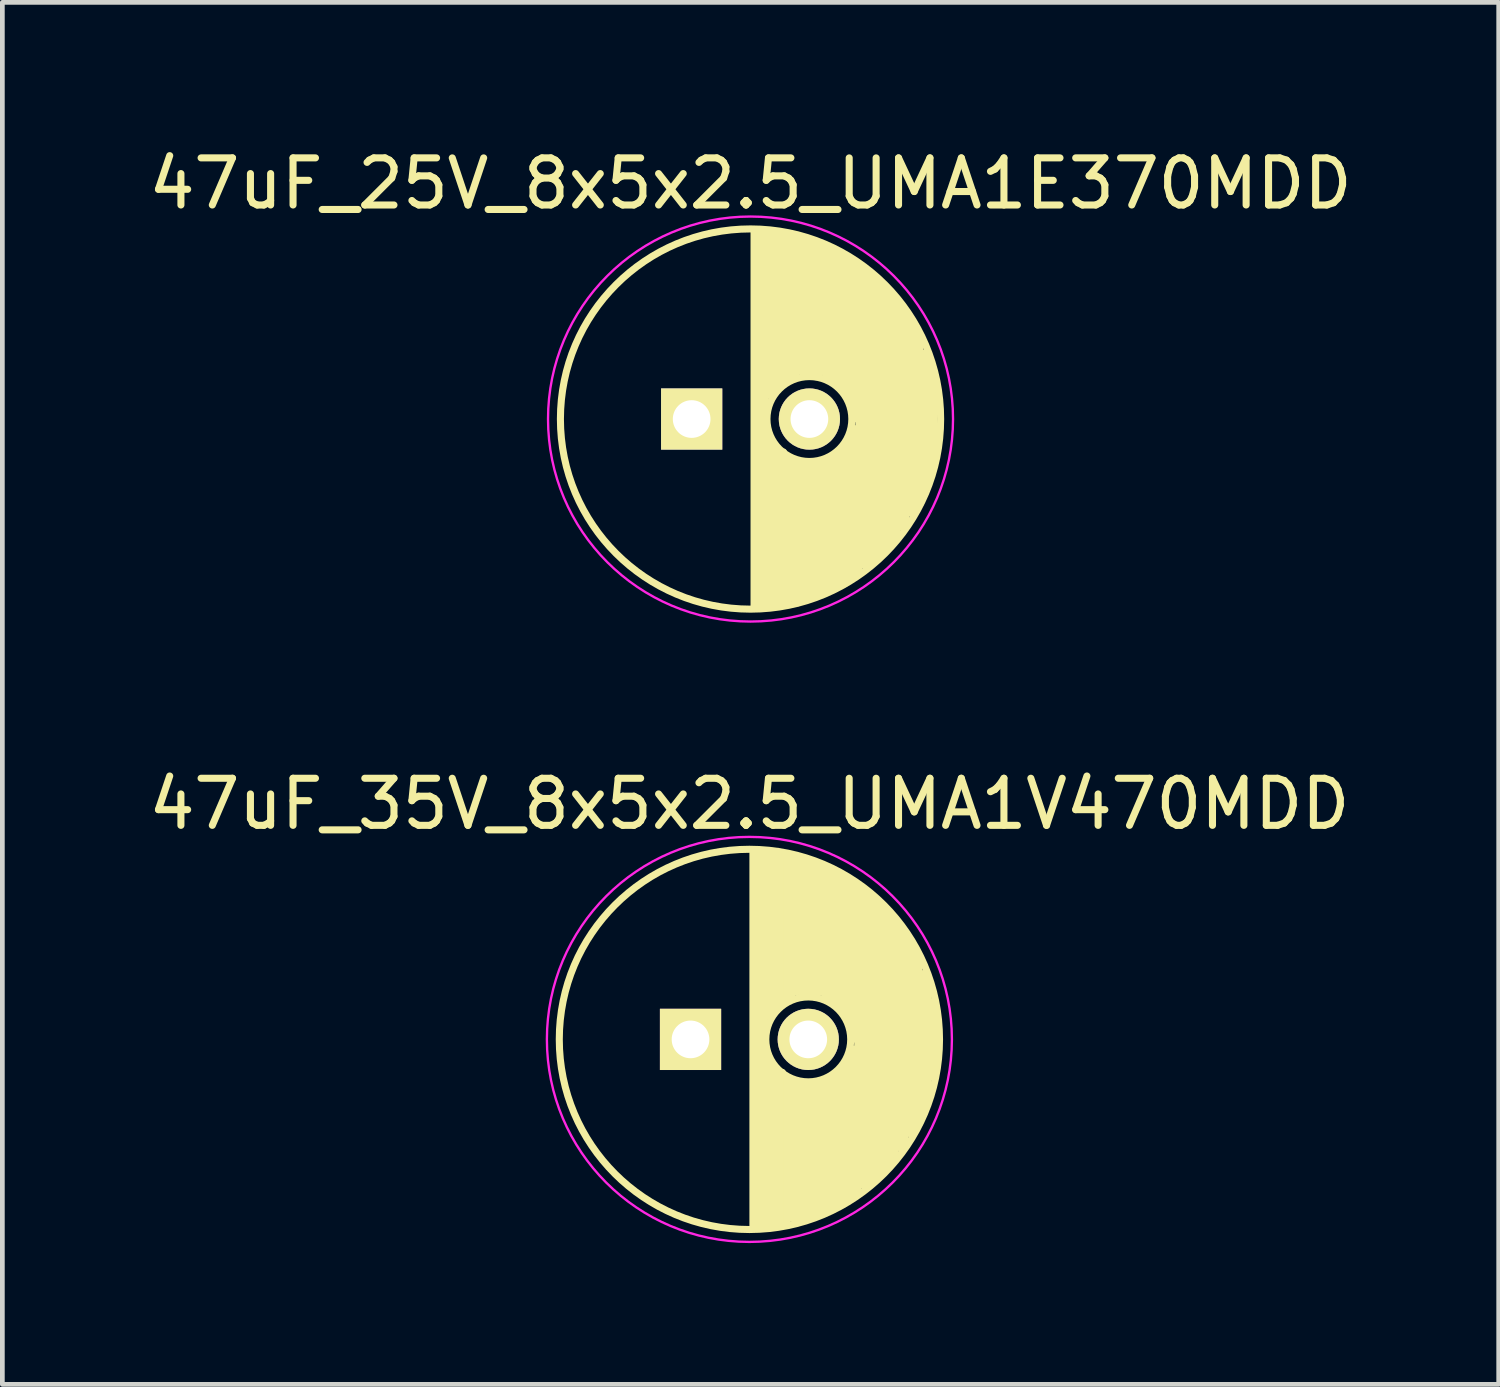
<source format=kicad_pcb>
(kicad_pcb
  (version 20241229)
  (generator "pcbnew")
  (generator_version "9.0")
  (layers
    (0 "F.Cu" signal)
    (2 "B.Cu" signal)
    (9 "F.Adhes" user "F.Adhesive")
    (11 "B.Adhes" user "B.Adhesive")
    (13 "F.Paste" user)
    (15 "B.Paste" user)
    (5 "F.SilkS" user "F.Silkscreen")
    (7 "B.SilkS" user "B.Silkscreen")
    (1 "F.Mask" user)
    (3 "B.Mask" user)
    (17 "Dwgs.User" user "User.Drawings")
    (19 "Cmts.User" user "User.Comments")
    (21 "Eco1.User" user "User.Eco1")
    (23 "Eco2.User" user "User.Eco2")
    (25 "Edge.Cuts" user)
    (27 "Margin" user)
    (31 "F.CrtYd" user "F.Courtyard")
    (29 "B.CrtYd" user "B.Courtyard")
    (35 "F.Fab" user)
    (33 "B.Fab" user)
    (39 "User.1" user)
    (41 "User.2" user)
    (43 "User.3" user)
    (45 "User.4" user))
  (footprint "47uF_35V_8x5x2.5_UMA1V470MDD"
    (layer "F.Cu")
    (at 12.863 19.021)
    (property "Reference" "47uF_35V_8x5x2.5_UMA1V470MDD" (at 0 -5 0) (layer "F.SilkS") (effects (font (size 1 1) (thickness 0.15))))
    (attr through_hole)
    (fp_line (start 0.075 -3.999) (end 0.075 3.999) (stroke (width 0.15) (type solid)) (layer "F.SilkS"))
    (fp_line (start 0.2 -4) (end 0.2 4) (stroke (width 0.15) (type solid)) (layer "F.SilkS"))
    (fp_line (start 0.3 4) (end 0.3 -4) (stroke (width 0.15) (type solid)) (layer "F.SilkS"))
    (fp_line (start 0.4 -4) (end 0.4 -0.5) (stroke (width 0.15) (type solid)) (layer "F.SilkS"))
    (fp_line (start 0.4 4) (end 0.4 0.4) (stroke (width 0.15) (type solid)) (layer "F.SilkS"))
    (fp_line (start 0.5 -0.6) (end 0.5 -3.9) (stroke (width 0.15) (type solid)) (layer "F.SilkS"))
    (fp_line (start 0.5 0.6) (end 0.5 3.9) (stroke (width 0.15) (type solid)) (layer "F.SilkS"))
    (fp_line (start 0.6 -3.9) (end 0.6 -0.7) (stroke (width 0.15) (type solid)) (layer "F.SilkS"))
    (fp_line (start 0.6 3.9) (end 0.6 0.7) (stroke (width 0.15) (type solid)) (layer "F.SilkS"))
    (fp_line (start 0.7 -0.8) (end 0.7 -3.9) (stroke (width 0.15) (type solid)) (layer "F.SilkS"))
    (fp_line (start 0.7 0.7) (end 0.7 3.9) (stroke (width 0.15) (type solid)) (layer "F.SilkS"))
    (fp_line (start 0.8 -3.9) (end 0.8 -0.9) (stroke (width 0.15) (type solid)) (layer "F.SilkS"))
    (fp_line (start 0.8 3.9) (end 0.8 0.8) (stroke (width 0.15) (type solid)) (layer "F.SilkS"))
    (fp_line (start 0.9 -0.9) (end 0.9 -3.9) (stroke (width 0.15) (type solid)) (layer "F.SilkS"))
    (fp_line (start 0.9 0.9) (end 0.9 3.8) (stroke (width 0.15) (type solid)) (layer "F.SilkS"))
    (fp_line (start 1 -3.9) (end 1 -1) (stroke (width 0.15) (type solid)) (layer "F.SilkS"))
    (fp_line (start 1 3.9) (end 1 0.9) (stroke (width 0.15) (type solid)) (layer "F.SilkS"))
    (fp_line (start 1.1 -1) (end 1.1 -3.8) (stroke (width 0.15) (type solid)) (layer "F.SilkS"))
    (fp_line (start 1.1 1) (end 1.1 3.8) (stroke (width 0.15) (type solid)) (layer "F.SilkS"))
    (fp_line (start 1.1 3.8) (end 1 3.9) (stroke (width 0.15) (type solid)) (layer "F.SilkS"))
    (fp_line (start 1.2 -1) (end 1.2 -3.8) (stroke (width 0.15) (type solid)) (layer "F.SilkS"))
    (fp_line (start 1.2 3.8) (end 1.2 1) (stroke (width 0.15) (type solid)) (layer "F.SilkS"))
    (fp_line (start 1.3 -3.8) (end 1.3 -1) (stroke (width 0.15) (type solid)) (layer "F.SilkS"))
    (fp_line (start 1.3 1) (end 1.3 3.8) (stroke (width 0.15) (type solid)) (layer "F.SilkS"))
    (fp_line (start 1.4 -0.9) (end 1.4 -3.7) (stroke (width 0.15) (type solid)) (layer "F.SilkS"))
    (fp_line (start 1.4 3.7) (end 1.4 1) (stroke (width 0.15) (type solid)) (layer "F.SilkS"))
    (fp_line (start 1.5 -3.7) (end 1.5 -1) (stroke (width 0.15) (type solid)) (layer "F.SilkS"))
    (fp_line (start 1.5 0.9) (end 1.5 3.7) (stroke (width 0.15) (type solid)) (layer "F.SilkS"))
    (fp_line (start 1.6 -0.9) (end 1.6 -3.6) (stroke (width 0.15) (type solid)) (layer "F.SilkS"))
    (fp_line (start 1.6 3.6) (end 1.6 0.9) (stroke (width 0.15) (type solid)) (layer "F.SilkS"))
    (fp_line (start 1.7 -3.6) (end 1.7 -0.9) (stroke (width 0.15) (type solid)) (layer "F.SilkS"))
    (fp_line (start 1.7 0.9) (end 1.7 3.6) (stroke (width 0.15) (type solid)) (layer "F.SilkS"))
    (fp_line (start 1.8 -0.8) (end 1.8 -3.5) (stroke (width 0.15) (type solid)) (layer "F.SilkS"))
    (fp_line (start 1.8 3.6) (end 1.8 0.8) (stroke (width 0.15) (type solid)) (layer "F.SilkS"))
    (fp_line (start 1.9 -3.5) (end 1.9 -0.7) (stroke (width 0.15) (type solid)) (layer "F.SilkS"))
    (fp_line (start 1.9 0.7) (end 1.9 3.5) (stroke (width 0.15) (type solid)) (layer "F.SilkS"))
    (fp_line (start 2 -0.6) (end 2 -3.4) (stroke (width 0.15) (type solid)) (layer "F.SilkS"))
    (fp_line (start 2 3.5) (end 2 0.6) (stroke (width 0.15) (type solid)) (layer "F.SilkS"))
    (fp_line (start 2.1 -3.4) (end 2.1 -0.4) (stroke (width 0.15) (type solid)) (layer "F.SilkS"))
    (fp_line (start 2.1 0.4) (end 2.1 3.4) (stroke (width 0.15) (type solid)) (layer "F.SilkS"))
    (fp_line (start 2.2 0) (end 2.2 -3.3) (stroke (width 0.15) (type solid)) (layer "F.SilkS"))
    (fp_line (start 2.2 0.2) (end 2.2 3.3) (stroke (width 0.15) (type solid)) (layer "F.SilkS"))
    (fp_line (start 2.3 -3.2) (end 2.3 3.3) (stroke (width 0.15) (type solid)) (layer "F.SilkS"))
    (fp_line (start 2.4 3.1) (end 2.4 -3.2) (stroke (width 0.15) (type solid)) (layer "F.SilkS"))
    (fp_line (start 2.5 -3.1) (end 2.5 3.1) (stroke (width 0.15) (type solid)) (layer "F.SilkS"))
    (fp_line (start 2.6 3) (end 2.6 -3) (stroke (width 0.15) (type solid)) (layer "F.SilkS"))
    (fp_line (start 2.7 -2.9) (end 2.7 2.9) (stroke (width 0.15) (type solid)) (layer "F.SilkS"))
    (fp_line (start 2.8 2.8) (end 2.8 -2.8) (stroke (width 0.15) (type solid)) (layer "F.SilkS"))
    (fp_line (start 2.9 -2.7) (end 2.9 2.7) (stroke (width 0.15) (type solid)) (layer "F.SilkS"))
    (fp_line (start 3 2.6) (end 3 -2.6) (stroke (width 0.15) (type solid)) (layer "F.SilkS"))
    (fp_line (start 3.1 -2.5) (end 3.1 2.5) (stroke (width 0.15) (type solid)) (layer "F.SilkS"))
    (fp_line (start 3.2 2.3) (end 3.2 -2.4) (stroke (width 0.15) (type solid)) (layer "F.SilkS"))
    (fp_line (start 3.3 -2.2) (end 3.3 2.2) (stroke (width 0.15) (type solid)) (layer "F.SilkS"))
    (fp_line (start 3.4 2) (end 3.4 -2.1) (stroke (width 0.15) (type solid)) (layer "F.SilkS"))
    (fp_line (start 3.5 -1.9) (end 3.5 1.9) (stroke (width 0.15) (type solid)) (layer "F.SilkS"))
    (fp_line (start 3.6 1.5) (end 3.6 1.8) (stroke (width 0.15) (type solid)) (layer "F.SilkS"))
    (fp_line (start 3.6 1.6) (end 3.6 -1.7) (stroke (width 0.15) (type solid)) (layer "F.SilkS"))
    (fp_line (start 3.7 -1.4) (end 3.7 1.5) (stroke (width 0.15) (type solid)) (layer "F.SilkS"))
    (fp_line (start 3.8 1.2) (end 3.8 -1.2) (stroke (width 0.15) (type solid)) (layer "F.SilkS"))
    (fp_line (start 3.9 -0.8) (end 3.9 0.8) (stroke (width 0.15) (type solid)) (layer "F.SilkS"))
    (fp_circle (center 0 0) (end 0 -4.037) (stroke (width 0.15) (type solid)) (fill no) (layer "F.SilkS"))
    (fp_circle (center 1.25 0) (end 1.75 0.75) (stroke (width 0.15) (type solid)) (fill no) (layer "F.SilkS"))
    (fp_circle (center 0 0) (end 0 -4.3) (stroke (width 0.05) (type solid)) (fill no) (layer "F.CrtYd"))
    (pad "1" thru_hole rect (at -1.25 0) (size 1.3 1.3) (drill 0.8) (layers "*.Cu" "*.Mask" "F.SilkS"))
    (pad "2" thru_hole circle (at 1.25 0) (size 1.3 1.3) (drill 0.8) (layers "*.Cu" "*.Mask" "F.SilkS")))
  (footprint "47uF_25V_8x5x2.5_UMA1E370MDD"
    (layer "F.Cu")
    (at 12.887 5.848)
    (property "Reference" "47uF_25V_8x5x2.5_UMA1E370MDD" (at 0 -5 0) (layer "F.SilkS") (effects (font (size 1 1) (thickness 0.15))))
    (attr through_hole)
    (fp_line (start 0.075 -3.999) (end 0.075 3.999) (stroke (width 0.15) (type solid)) (layer "F.SilkS"))
    (fp_line (start 0.2 -4) (end 0.2 4) (stroke (width 0.15) (type solid)) (layer "F.SilkS"))
    (fp_line (start 0.3 4) (end 0.3 -4) (stroke (width 0.15) (type solid)) (layer "F.SilkS"))
    (fp_line (start 0.4 -4) (end 0.4 -0.5) (stroke (width 0.15) (type solid)) (layer "F.SilkS"))
    (fp_line (start 0.4 4) (end 0.4 0.4) (stroke (width 0.15) (type solid)) (layer "F.SilkS"))
    (fp_line (start 0.5 -0.6) (end 0.5 -3.9) (stroke (width 0.15) (type solid)) (layer "F.SilkS"))
    (fp_line (start 0.5 0.6) (end 0.5 3.9) (stroke (width 0.15) (type solid)) (layer "F.SilkS"))
    (fp_line (start 0.6 -3.9) (end 0.6 -0.7) (stroke (width 0.15) (type solid)) (layer "F.SilkS"))
    (fp_line (start 0.6 3.9) (end 0.6 0.7) (stroke (width 0.15) (type solid)) (layer "F.SilkS"))
    (fp_line (start 0.7 -0.8) (end 0.7 -3.9) (stroke (width 0.15) (type solid)) (layer "F.SilkS"))
    (fp_line (start 0.7 0.7) (end 0.7 3.9) (stroke (width 0.15) (type solid)) (layer "F.SilkS"))
    (fp_line (start 0.8 -3.9) (end 0.8 -0.9) (stroke (width 0.15) (type solid)) (layer "F.SilkS"))
    (fp_line (start 0.8 3.9) (end 0.8 0.8) (stroke (width 0.15) (type solid)) (layer "F.SilkS"))
    (fp_line (start 0.9 -0.9) (end 0.9 -3.9) (stroke (width 0.15) (type solid)) (layer "F.SilkS"))
    (fp_line (start 0.9 0.9) (end 0.9 3.8) (stroke (width 0.15) (type solid)) (layer "F.SilkS"))
    (fp_line (start 1 -3.9) (end 1 -1) (stroke (width 0.15) (type solid)) (layer "F.SilkS"))
    (fp_line (start 1 3.9) (end 1 0.9) (stroke (width 0.15) (type solid)) (layer "F.SilkS"))
    (fp_line (start 1.1 -1) (end 1.1 -3.8) (stroke (width 0.15) (type solid)) (layer "F.SilkS"))
    (fp_line (start 1.1 1) (end 1.1 3.8) (stroke (width 0.15) (type solid)) (layer "F.SilkS"))
    (fp_line (start 1.1 3.8) (end 1 3.9) (stroke (width 0.15) (type solid)) (layer "F.SilkS"))
    (fp_line (start 1.2 -1) (end 1.2 -3.8) (stroke (width 0.15) (type solid)) (layer "F.SilkS"))
    (fp_line (start 1.2 3.8) (end 1.2 1) (stroke (width 0.15) (type solid)) (layer "F.SilkS"))
    (fp_line (start 1.3 -3.8) (end 1.3 -1) (stroke (width 0.15) (type solid)) (layer "F.SilkS"))
    (fp_line (start 1.3 1) (end 1.3 3.8) (stroke (width 0.15) (type solid)) (layer "F.SilkS"))
    (fp_line (start 1.4 -0.9) (end 1.4 -3.7) (stroke (width 0.15) (type solid)) (layer "F.SilkS"))
    (fp_line (start 1.4 3.7) (end 1.4 1) (stroke (width 0.15) (type solid)) (layer "F.SilkS"))
    (fp_line (start 1.5 -3.7) (end 1.5 -1) (stroke (width 0.15) (type solid)) (layer "F.SilkS"))
    (fp_line (start 1.5 0.9) (end 1.5 3.7) (stroke (width 0.15) (type solid)) (layer "F.SilkS"))
    (fp_line (start 1.6 -0.9) (end 1.6 -3.6) (stroke (width 0.15) (type solid)) (layer "F.SilkS"))
    (fp_line (start 1.6 3.6) (end 1.6 0.9) (stroke (width 0.15) (type solid)) (layer "F.SilkS"))
    (fp_line (start 1.7 -3.6) (end 1.7 -0.9) (stroke (width 0.15) (type solid)) (layer "F.SilkS"))
    (fp_line (start 1.7 0.9) (end 1.7 3.6) (stroke (width 0.15) (type solid)) (layer "F.SilkS"))
    (fp_line (start 1.8 -0.8) (end 1.8 -3.5) (stroke (width 0.15) (type solid)) (layer "F.SilkS"))
    (fp_line (start 1.8 3.6) (end 1.8 0.8) (stroke (width 0.15) (type solid)) (layer "F.SilkS"))
    (fp_line (start 1.9 -3.5) (end 1.9 -0.7) (stroke (width 0.15) (type solid)) (layer "F.SilkS"))
    (fp_line (start 1.9 0.7) (end 1.9 3.5) (stroke (width 0.15) (type solid)) (layer "F.SilkS"))
    (fp_line (start 2 -0.6) (end 2 -3.4) (stroke (width 0.15) (type solid)) (layer "F.SilkS"))
    (fp_line (start 2 3.5) (end 2 0.6) (stroke (width 0.15) (type solid)) (layer "F.SilkS"))
    (fp_line (start 2.1 -3.4) (end 2.1 -0.4) (stroke (width 0.15) (type solid)) (layer "F.SilkS"))
    (fp_line (start 2.1 0.4) (end 2.1 3.4) (stroke (width 0.15) (type solid)) (layer "F.SilkS"))
    (fp_line (start 2.2 0) (end 2.2 -3.3) (stroke (width 0.15) (type solid)) (layer "F.SilkS"))
    (fp_line (start 2.2 0.2) (end 2.2 3.3) (stroke (width 0.15) (type solid)) (layer "F.SilkS"))
    (fp_line (start 2.3 -3.2) (end 2.3 3.3) (stroke (width 0.15) (type solid)) (layer "F.SilkS"))
    (fp_line (start 2.4 3.1) (end 2.4 -3.2) (stroke (width 0.15) (type solid)) (layer "F.SilkS"))
    (fp_line (start 2.5 -3.1) (end 2.5 3.1) (stroke (width 0.15) (type solid)) (layer "F.SilkS"))
    (fp_line (start 2.6 3) (end 2.6 -3) (stroke (width 0.15) (type solid)) (layer "F.SilkS"))
    (fp_line (start 2.7 -2.9) (end 2.7 2.9) (stroke (width 0.15) (type solid)) (layer "F.SilkS"))
    (fp_line (start 2.8 2.8) (end 2.8 -2.8) (stroke (width 0.15) (type solid)) (layer "F.SilkS"))
    (fp_line (start 2.9 -2.7) (end 2.9 2.7) (stroke (width 0.15) (type solid)) (layer "F.SilkS"))
    (fp_line (start 3 2.6) (end 3 -2.6) (stroke (width 0.15) (type solid)) (layer "F.SilkS"))
    (fp_line (start 3.1 -2.5) (end 3.1 2.5) (stroke (width 0.15) (type solid)) (layer "F.SilkS"))
    (fp_line (start 3.2 2.3) (end 3.2 -2.4) (stroke (width 0.15) (type solid)) (layer "F.SilkS"))
    (fp_line (start 3.3 -2.2) (end 3.3 2.2) (stroke (width 0.15) (type solid)) (layer "F.SilkS"))
    (fp_line (start 3.4 2) (end 3.4 -2.1) (stroke (width 0.15) (type solid)) (layer "F.SilkS"))
    (fp_line (start 3.5 -1.9) (end 3.5 1.9) (stroke (width 0.15) (type solid)) (layer "F.SilkS"))
    (fp_line (start 3.6 1.5) (end 3.6 1.8) (stroke (width 0.15) (type solid)) (layer "F.SilkS"))
    (fp_line (start 3.6 1.6) (end 3.6 -1.7) (stroke (width 0.15) (type solid)) (layer "F.SilkS"))
    (fp_line (start 3.7 -1.4) (end 3.7 1.5) (stroke (width 0.15) (type solid)) (layer "F.SilkS"))
    (fp_line (start 3.8 1.2) (end 3.8 -1.2) (stroke (width 0.15) (type solid)) (layer "F.SilkS"))
    (fp_line (start 3.9 -0.8) (end 3.9 0.8) (stroke (width 0.15) (type solid)) (layer "F.SilkS"))
    (fp_circle (center 0 0) (end 0 -4.037) (stroke (width 0.15) (type solid)) (fill no) (layer "F.SilkS"))
    (fp_circle (center 1.25 0) (end 1.75 0.75) (stroke (width 0.15) (type solid)) (fill no) (layer "F.SilkS"))
    (fp_circle (center 0 0) (end 0 -4.3) (stroke (width 0.05) (type solid)) (fill no) (layer "F.CrtYd"))
    (pad "1" thru_hole rect (at -1.25 0) (size 1.3 1.3) (drill 0.8) (layers "*.Cu" "*.Mask" "F.SilkS"))
    (pad "2" thru_hole circle (at 1.25 0) (size 1.3 1.3) (drill 0.8) (layers "*.Cu" "*.Mask" "F.SilkS")))
  (gr_rect
    (start -3 -3)
    (end 28.774 26.346)
    (stroke (width 0.1) (type default))
    (fill no)
    (layer "Edge.Cuts")))
</source>
